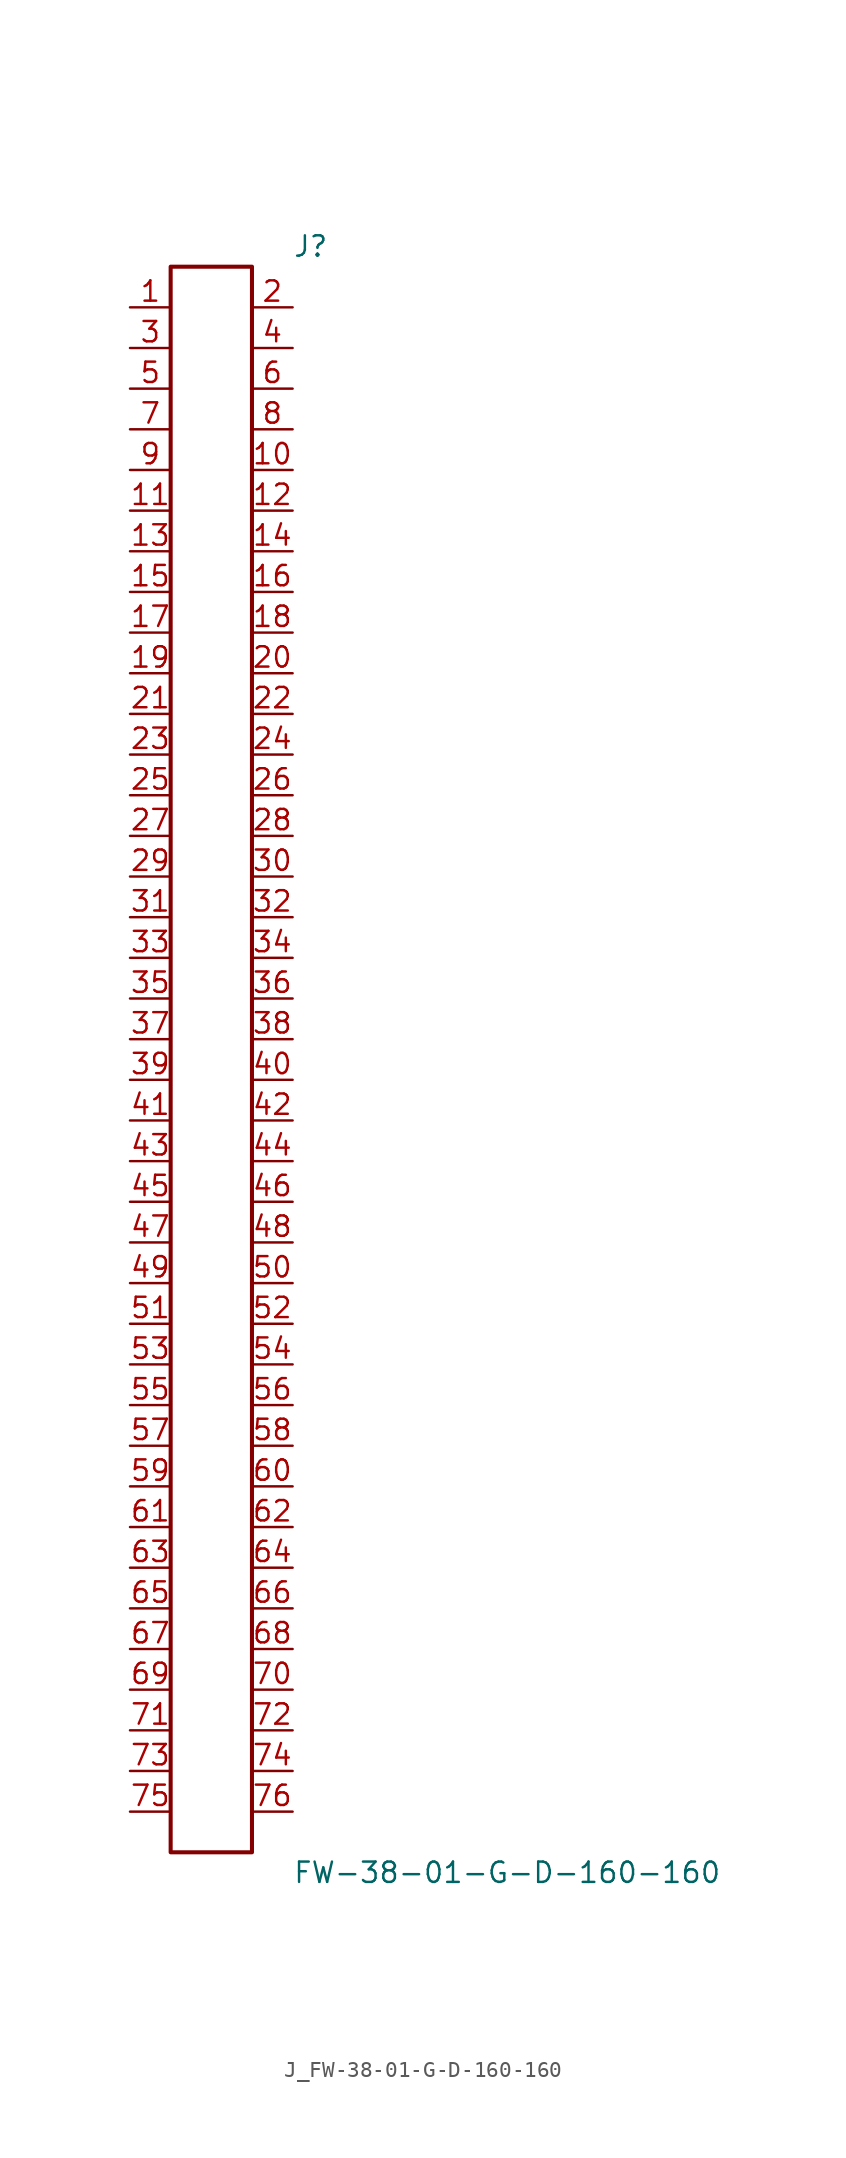
<source format=kicad_sym>
(kicad_symbol_lib
  (version 20231120)
  (generator kicad_symbol_editor)
  (generator_version 8.0)
  (symbol "J_FW-38-01-G-D-160-160"
    (pin_names
      (offset 0.254))
    (property "Reference" "J"
      (at 5.08 50.8 0)
      (effects (font (size 1.27 1.27)) (justify left)))
    (property "Value" "FW-38-01-G-D-160-160"
      (at 5.08 -50.8 0)
      (effects (font (size 1.27 1.27)) (justify left)))
    (symbol "J_FW-38-01-G-D-160-160_0_0"
      (pin unspecified line (at -5.08 46.99 0) (length 2.54) (name "" (effects (font (size 1.27 1.27)))) (number "1" (effects (font (size 1.27 1.27)))))
      (pin unspecified line (at 5.08 46.99 180) (length 2.54) (name "" (effects (font (size 1.27 1.27)))) (number "2" (effects (font (size 1.27 1.27)))))
      (pin unspecified line (at -5.08 44.45 0) (length 2.54) (name "" (effects (font (size 1.27 1.27)))) (number "3" (effects (font (size 1.27 1.27)))))
      (pin unspecified line (at 5.08 44.45 180) (length 2.54) (name "" (effects (font (size 1.27 1.27)))) (number "4" (effects (font (size 1.27 1.27)))))
      (pin unspecified line (at -5.08 41.91 0) (length 2.54) (name "" (effects (font (size 1.27 1.27)))) (number "5" (effects (font (size 1.27 1.27)))))
      (pin unspecified line (at 5.08 41.91 180) (length 2.54) (name "" (effects (font (size 1.27 1.27)))) (number "6" (effects (font (size 1.27 1.27)))))
      (pin unspecified line (at -5.08 39.37 0) (length 2.54) (name "" (effects (font (size 1.27 1.27)))) (number "7" (effects (font (size 1.27 1.27)))))
      (pin unspecified line (at 5.08 39.37 180) (length 2.54) (name "" (effects (font (size 1.27 1.27)))) (number "8" (effects (font (size 1.27 1.27)))))
      (pin unspecified line (at -5.08 36.83 0) (length 2.54) (name "" (effects (font (size 1.27 1.27)))) (number "9" (effects (font (size 1.27 1.27)))))
      (pin unspecified line (at 5.08 36.83 180) (length 2.54) (name "" (effects (font (size 1.27 1.27)))) (number "10" (effects (font (size 1.27 1.27)))))
      (pin unspecified line (at -5.08 34.29 0) (length 2.54) (name "" (effects (font (size 1.27 1.27)))) (number "11" (effects (font (size 1.27 1.27)))))
      (pin unspecified line (at 5.08 34.29 180) (length 2.54) (name "" (effects (font (size 1.27 1.27)))) (number "12" (effects (font (size 1.27 1.27)))))
      (pin unspecified line (at -5.08 31.75 0) (length 2.54) (name "" (effects (font (size 1.27 1.27)))) (number "13" (effects (font (size 1.27 1.27)))))
      (pin unspecified line (at 5.08 31.75 180) (length 2.54) (name "" (effects (font (size 1.27 1.27)))) (number "14" (effects (font (size 1.27 1.27)))))
      (pin unspecified line (at -5.08 29.21 0) (length 2.54) (name "" (effects (font (size 1.27 1.27)))) (number "15" (effects (font (size 1.27 1.27)))))
      (pin unspecified line (at 5.08 29.21 180) (length 2.54) (name "" (effects (font (size 1.27 1.27)))) (number "16" (effects (font (size 1.27 1.27)))))
      (pin unspecified line (at -5.08 26.67 0) (length 2.54) (name "" (effects (font (size 1.27 1.27)))) (number "17" (effects (font (size 1.27 1.27)))))
      (pin unspecified line (at 5.08 26.67 180) (length 2.54) (name "" (effects (font (size 1.27 1.27)))) (number "18" (effects (font (size 1.27 1.27)))))
      (pin unspecified line (at -5.08 24.13 0) (length 2.54) (name "" (effects (font (size 1.27 1.27)))) (number "19" (effects (font (size 1.27 1.27)))))
      (pin unspecified line (at 5.08 24.13 180) (length 2.54) (name "" (effects (font (size 1.27 1.27)))) (number "20" (effects (font (size 1.27 1.27)))))
      (pin unspecified line (at -5.08 21.59 0) (length 2.54) (name "" (effects (font (size 1.27 1.27)))) (number "21" (effects (font (size 1.27 1.27)))))
      (pin unspecified line (at 5.08 21.59 180) (length 2.54) (name "" (effects (font (size 1.27 1.27)))) (number "22" (effects (font (size 1.27 1.27)))))
      (pin unspecified line (at -5.08 19.05 0) (length 2.54) (name "" (effects (font (size 1.27 1.27)))) (number "23" (effects (font (size 1.27 1.27)))))
      (pin unspecified line (at 5.08 19.05 180) (length 2.54) (name "" (effects (font (size 1.27 1.27)))) (number "24" (effects (font (size 1.27 1.27)))))
      (pin unspecified line (at -5.08 16.51 0) (length 2.54) (name "" (effects (font (size 1.27 1.27)))) (number "25" (effects (font (size 1.27 1.27)))))
      (pin unspecified line (at 5.08 16.51 180) (length 2.54) (name "" (effects (font (size 1.27 1.27)))) (number "26" (effects (font (size 1.27 1.27)))))
      (pin unspecified line (at -5.08 13.97 0) (length 2.54) (name "" (effects (font (size 1.27 1.27)))) (number "27" (effects (font (size 1.27 1.27)))))
      (pin unspecified line (at 5.08 13.97 180) (length 2.54) (name "" (effects (font (size 1.27 1.27)))) (number "28" (effects (font (size 1.27 1.27)))))
      (pin unspecified line (at -5.08 11.43 0) (length 2.54) (name "" (effects (font (size 1.27 1.27)))) (number "29" (effects (font (size 1.27 1.27)))))
      (pin unspecified line (at 5.08 11.43 180) (length 2.54) (name "" (effects (font (size 1.27 1.27)))) (number "30" (effects (font (size 1.27 1.27)))))
      (pin unspecified line (at -5.08 8.89 0) (length 2.54) (name "" (effects (font (size 1.27 1.27)))) (number "31" (effects (font (size 1.27 1.27)))))
      (pin unspecified line (at 5.08 8.89 180) (length 2.54) (name "" (effects (font (size 1.27 1.27)))) (number "32" (effects (font (size 1.27 1.27)))))
      (pin unspecified line (at -5.08 6.35 0) (length 2.54) (name "" (effects (font (size 1.27 1.27)))) (number "33" (effects (font (size 1.27 1.27)))))
      (pin unspecified line (at 5.08 6.35 180) (length 2.54) (name "" (effects (font (size 1.27 1.27)))) (number "34" (effects (font (size 1.27 1.27)))))
      (pin unspecified line (at -5.08 3.81 0) (length 2.54) (name "" (effects (font (size 1.27 1.27)))) (number "35" (effects (font (size 1.27 1.27)))))
      (pin unspecified line (at 5.08 3.81 180) (length 2.54) (name "" (effects (font (size 1.27 1.27)))) (number "36" (effects (font (size 1.27 1.27)))))
      (pin unspecified line (at -5.08 1.27 0) (length 2.54) (name "" (effects (font (size 1.27 1.27)))) (number "37" (effects (font (size 1.27 1.27)))))
      (pin unspecified line (at 5.08 1.27 180) (length 2.54) (name "" (effects (font (size 1.27 1.27)))) (number "38" (effects (font (size 1.27 1.27)))))
      (pin unspecified line (at -5.08 -1.27 0) (length 2.54) (name "" (effects (font (size 1.27 1.27)))) (number "39" (effects (font (size 1.27 1.27)))))
      (pin unspecified line (at 5.08 -1.27 180) (length 2.54) (name "" (effects (font (size 1.27 1.27)))) (number "40" (effects (font (size 1.27 1.27)))))
      (pin unspecified line (at -5.08 -3.81 0) (length 2.54) (name "" (effects (font (size 1.27 1.27)))) (number "41" (effects (font (size 1.27 1.27)))))
      (pin unspecified line (at 5.08 -3.81 180) (length 2.54) (name "" (effects (font (size 1.27 1.27)))) (number "42" (effects (font (size 1.27 1.27)))))
      (pin unspecified line (at -5.08 -6.35 0) (length 2.54) (name "" (effects (font (size 1.27 1.27)))) (number "43" (effects (font (size 1.27 1.27)))))
      (pin unspecified line (at 5.08 -6.35 180) (length 2.54) (name "" (effects (font (size 1.27 1.27)))) (number "44" (effects (font (size 1.27 1.27)))))
      (pin unspecified line (at -5.08 -8.89 0) (length 2.54) (name "" (effects (font (size 1.27 1.27)))) (number "45" (effects (font (size 1.27 1.27)))))
      (pin unspecified line (at 5.08 -8.89 180) (length 2.54) (name "" (effects (font (size 1.27 1.27)))) (number "46" (effects (font (size 1.27 1.27)))))
      (pin unspecified line (at -5.08 -11.43 0) (length 2.54) (name "" (effects (font (size 1.27 1.27)))) (number "47" (effects (font (size 1.27 1.27)))))
      (pin unspecified line (at 5.08 -11.43 180) (length 2.54) (name "" (effects (font (size 1.27 1.27)))) (number "48" (effects (font (size 1.27 1.27)))))
      (pin unspecified line (at -5.08 -13.97 0) (length 2.54) (name "" (effects (font (size 1.27 1.27)))) (number "49" (effects (font (size 1.27 1.27)))))
      (pin unspecified line (at 5.08 -13.97 180) (length 2.54) (name "" (effects (font (size 1.27 1.27)))) (number "50" (effects (font (size 1.27 1.27)))))
      (pin unspecified line (at -5.08 -16.51 0) (length 2.54) (name "" (effects (font (size 1.27 1.27)))) (number "51" (effects (font (size 1.27 1.27)))))
      (pin unspecified line (at 5.08 -16.51 180) (length 2.54) (name "" (effects (font (size 1.27 1.27)))) (number "52" (effects (font (size 1.27 1.27)))))
      (pin unspecified line (at -5.08 -19.05 0) (length 2.54) (name "" (effects (font (size 1.27 1.27)))) (number "53" (effects (font (size 1.27 1.27)))))
      (pin unspecified line (at 5.08 -19.05 180) (length 2.54) (name "" (effects (font (size 1.27 1.27)))) (number "54" (effects (font (size 1.27 1.27)))))
      (pin unspecified line (at -5.08 -21.59 0) (length 2.54) (name "" (effects (font (size 1.27 1.27)))) (number "55" (effects (font (size 1.27 1.27)))))
      (pin unspecified line (at 5.08 -21.59 180) (length 2.54) (name "" (effects (font (size 1.27 1.27)))) (number "56" (effects (font (size 1.27 1.27)))))
      (pin unspecified line (at -5.08 -24.13 0) (length 2.54) (name "" (effects (font (size 1.27 1.27)))) (number "57" (effects (font (size 1.27 1.27)))))
      (pin unspecified line (at 5.08 -24.13 180) (length 2.54) (name "" (effects (font (size 1.27 1.27)))) (number "58" (effects (font (size 1.27 1.27)))))
      (pin unspecified line (at -5.08 -26.67 0) (length 2.54) (name "" (effects (font (size 1.27 1.27)))) (number "59" (effects (font (size 1.27 1.27)))))
      (pin unspecified line (at 5.08 -26.67 180) (length 2.54) (name "" (effects (font (size 1.27 1.27)))) (number "60" (effects (font (size 1.27 1.27)))))
      (pin unspecified line (at -5.08 -29.21 0) (length 2.54) (name "" (effects (font (size 1.27 1.27)))) (number "61" (effects (font (size 1.27 1.27)))))
      (pin unspecified line (at 5.08 -29.21 180) (length 2.54) (name "" (effects (font (size 1.27 1.27)))) (number "62" (effects (font (size 1.27 1.27)))))
      (pin unspecified line (at -5.08 -31.75 0) (length 2.54) (name "" (effects (font (size 1.27 1.27)))) (number "63" (effects (font (size 1.27 1.27)))))
      (pin unspecified line (at 5.08 -31.75 180) (length 2.54) (name "" (effects (font (size 1.27 1.27)))) (number "64" (effects (font (size 1.27 1.27)))))
      (pin unspecified line (at -5.08 -34.29 0) (length 2.54) (name "" (effects (font (size 1.27 1.27)))) (number "65" (effects (font (size 1.27 1.27)))))
      (pin unspecified line (at 5.08 -34.29 180) (length 2.54) (name "" (effects (font (size 1.27 1.27)))) (number "66" (effects (font (size 1.27 1.27)))))
      (pin unspecified line (at -5.08 -36.83 0) (length 2.54) (name "" (effects (font (size 1.27 1.27)))) (number "67" (effects (font (size 1.27 1.27)))))
      (pin unspecified line (at 5.08 -36.83 180) (length 2.54) (name "" (effects (font (size 1.27 1.27)))) (number "68" (effects (font (size 1.27 1.27)))))
      (pin unspecified line (at -5.08 -39.37 0) (length 2.54) (name "" (effects (font (size 1.27 1.27)))) (number "69" (effects (font (size 1.27 1.27)))))
      (pin unspecified line (at 5.08 -39.37 180) (length 2.54) (name "" (effects (font (size 1.27 1.27)))) (number "70" (effects (font (size 1.27 1.27)))))
      (pin unspecified line (at -5.08 -41.91 0) (length 2.54) (name "" (effects (font (size 1.27 1.27)))) (number "71" (effects (font (size 1.27 1.27)))))
      (pin unspecified line (at 5.08 -41.91 180) (length 2.54) (name "" (effects (font (size 1.27 1.27)))) (number "72" (effects (font (size 1.27 1.27)))))
      (pin unspecified line (at -5.08 -44.45 0) (length 2.54) (name "" (effects (font (size 1.27 1.27)))) (number "73" (effects (font (size 1.27 1.27)))))
      (pin unspecified line (at 5.08 -44.45 180) (length 2.54) (name "" (effects (font (size 1.27 1.27)))) (number "74" (effects (font (size 1.27 1.27)))))
      (pin unspecified line (at -5.08 -46.99 0) (length 2.54) (name "" (effects (font (size 1.27 1.27)))) (number "75" (effects (font (size 1.27 1.27)))))
      (pin unspecified line (at 5.08 -46.99 180) (length 2.54) (name "" (effects (font (size 1.27 1.27)))) (number "76" (effects (font (size 1.27 1.27))))))
    (symbol "J_FW-38-01-G-D-160-160_1_0"
      (rectangle (start -2.54 49.53) (end 2.54 -49.53) (stroke (width 0.254) (type solid)) (fill (type none))))))
</source>
